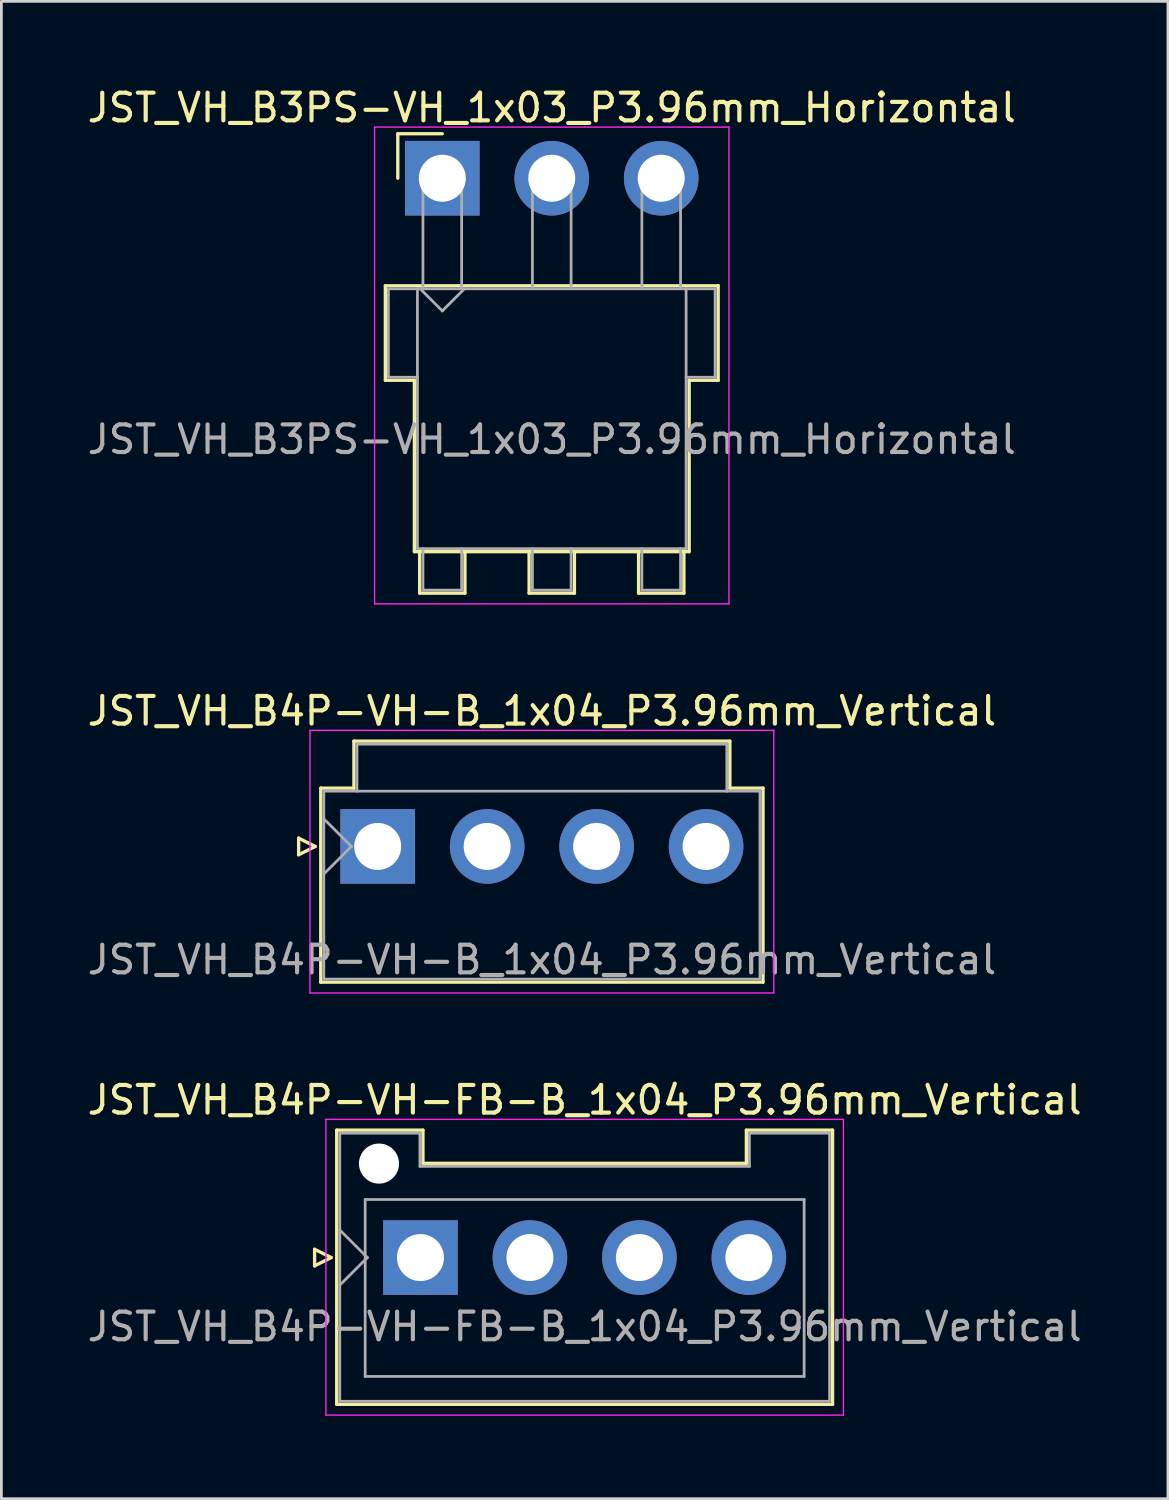
<source format=kicad_pcb>
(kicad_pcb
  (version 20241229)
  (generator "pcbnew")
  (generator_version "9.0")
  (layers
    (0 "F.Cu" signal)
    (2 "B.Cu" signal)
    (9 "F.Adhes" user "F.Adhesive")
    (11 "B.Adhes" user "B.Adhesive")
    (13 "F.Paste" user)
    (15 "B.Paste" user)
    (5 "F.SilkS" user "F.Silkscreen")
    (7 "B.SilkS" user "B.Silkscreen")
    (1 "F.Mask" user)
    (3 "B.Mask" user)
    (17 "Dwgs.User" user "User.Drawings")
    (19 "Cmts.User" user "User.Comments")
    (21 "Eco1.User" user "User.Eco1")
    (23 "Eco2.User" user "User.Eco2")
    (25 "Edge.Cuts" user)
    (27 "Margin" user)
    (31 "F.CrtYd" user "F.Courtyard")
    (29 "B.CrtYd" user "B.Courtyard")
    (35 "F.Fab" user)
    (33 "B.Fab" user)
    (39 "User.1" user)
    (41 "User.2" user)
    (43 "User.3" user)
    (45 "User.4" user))
  (footprint "JST_VH_B3PS-VH_1x03_P3.96mm_Horizontal"
    (layer "F.Cu")
    (at 12.951 3.398)
    (property "Reference" "JST_VH_B3PS-VH_1x03_P3.96mm_Horizontal" (at 3.96 -2.55 0) (layer "F.SilkS") (effects (font (size 1 1) (thickness 0.15))))
    (attr through_hole)
    (fp_line (start -2.06 3.89) (end 9.98 3.89) (stroke (width 0.12) (type solid)) (layer "F.SilkS"))
    (fp_line (start -2.06 7.31) (end -2.06 3.89) (stroke (width 0.12) (type solid)) (layer "F.SilkS"))
    (fp_line (start -1.61 -1.61) (end -1.61 0) (stroke (width 0.12) (type solid)) (layer "F.SilkS"))
    (fp_line (start -1.01 7.31) (end -2.06 7.31) (stroke (width 0.12) (type solid)) (layer "F.SilkS"))
    (fp_line (start -1.01 13.51) (end -1.01 7.31) (stroke (width 0.12) (type solid)) (layer "F.SilkS"))
    (fp_line (start -0.82 13.51) (end -0.82 15.01) (stroke (width 0.12) (type solid)) (layer "F.SilkS"))
    (fp_line (start -0.82 15.01) (end 0.82 15.01) (stroke (width 0.12) (type solid)) (layer "F.SilkS"))
    (fp_line (start 0 -1.61) (end -1.61 -1.61) (stroke (width 0.12) (type solid)) (layer "F.SilkS"))
    (fp_line (start 0.82 15.01) (end 0.82 13.51) (stroke (width 0.12) (type solid)) (layer "F.SilkS"))
    (fp_line (start 3.14 13.51) (end 3.14 15.01) (stroke (width 0.12) (type solid)) (layer "F.SilkS"))
    (fp_line (start 3.14 15.01) (end 4.78 15.01) (stroke (width 0.12) (type solid)) (layer "F.SilkS"))
    (fp_line (start 4.78 15.01) (end 4.78 13.51) (stroke (width 0.12) (type solid)) (layer "F.SilkS"))
    (fp_line (start 7.1 13.51) (end 7.1 15.01) (stroke (width 0.12) (type solid)) (layer "F.SilkS"))
    (fp_line (start 7.1 15.01) (end 8.74 15.01) (stroke (width 0.12) (type solid)) (layer "F.SilkS"))
    (fp_line (start 8.74 15.01) (end 8.74 13.51) (stroke (width 0.12) (type solid)) (layer "F.SilkS"))
    (fp_line (start 8.93 7.31) (end 8.93 13.51) (stroke (width 0.12) (type solid)) (layer "F.SilkS"))
    (fp_line (start 8.93 13.51) (end -1.01 13.51) (stroke (width 0.12) (type solid)) (layer "F.SilkS"))
    (fp_line (start 9.98 3.89) (end 9.98 7.31) (stroke (width 0.12) (type solid)) (layer "F.SilkS"))
    (fp_line (start 9.98 7.31) (end 8.93 7.31) (stroke (width 0.12) (type solid)) (layer "F.SilkS"))
    (fp_line (start -2.45 -1.85) (end -2.45 15.4) (stroke (width 0.05) (type solid)) (layer "F.CrtYd"))
    (fp_line (start -2.45 15.4) (end 10.37 15.4) (stroke (width 0.05) (type solid)) (layer "F.CrtYd"))
    (fp_line (start 10.37 -1.85) (end -2.45 -1.85) (stroke (width 0.05) (type solid)) (layer "F.CrtYd"))
    (fp_line (start 10.37 15.4) (end 10.37 -1.85) (stroke (width 0.05) (type solid)) (layer "F.CrtYd"))
    (fp_line (start -1.95 4) (end -0.9 4) (stroke (width 0.1) (type solid)) (layer "F.Fab"))
    (fp_line (start -1.95 7.2) (end -1.95 4) (stroke (width 0.1) (type solid)) (layer "F.Fab"))
    (fp_line (start -0.9 4) (end -0.9 13.4) (stroke (width 0.1) (type solid)) (layer "F.Fab"))
    (fp_line (start -0.9 7.2) (end -1.95 7.2) (stroke (width 0.1) (type solid)) (layer "F.Fab"))
    (fp_line (start -0.9 13.4) (end 8.82 13.4) (stroke (width 0.1) (type solid)) (layer "F.Fab"))
    (fp_line (start -0.8 4) (end 0 4.8) (stroke (width 0.1) (type solid)) (layer "F.Fab"))
    (fp_line (start -0.7 0) (end 0.7 0) (stroke (width 0.1) (type solid)) (layer "F.Fab"))
    (fp_line (start -0.7 4) (end -0.7 0) (stroke (width 0.1) (type solid)) (layer "F.Fab"))
    (fp_line (start -0.7 13.4) (end -0.7 14.9) (stroke (width 0.1) (type solid)) (layer "F.Fab"))
    (fp_line (start -0.7 14.9) (end 0.7 14.9) (stroke (width 0.1) (type solid)) (layer "F.Fab"))
    (fp_line (start 0 4.8) (end 0.8 4) (stroke (width 0.1) (type solid)) (layer "F.Fab"))
    (fp_line (start 0.7 0) (end 0.7 4) (stroke (width 0.1) (type solid)) (layer "F.Fab"))
    (fp_line (start 0.7 14.9) (end 0.7 13.4) (stroke (width 0.1) (type solid)) (layer "F.Fab"))
    (fp_line (start 3.26 0) (end 4.66 0) (stroke (width 0.1) (type solid)) (layer "F.Fab"))
    (fp_line (start 3.26 4) (end 3.26 0) (stroke (width 0.1) (type solid)) (layer "F.Fab"))
    (fp_line (start 3.26 13.4) (end 3.26 14.9) (stroke (width 0.1) (type solid)) (layer "F.Fab"))
    (fp_line (start 3.26 14.9) (end 4.66 14.9) (stroke (width 0.1) (type solid)) (layer "F.Fab"))
    (fp_line (start 4.66 0) (end 4.66 4) (stroke (width 0.1) (type solid)) (layer "F.Fab"))
    (fp_line (start 4.66 14.9) (end 4.66 13.4) (stroke (width 0.1) (type solid)) (layer "F.Fab"))
    (fp_line (start 7.22 0) (end 8.62 0) (stroke (width 0.1) (type solid)) (layer "F.Fab"))
    (fp_line (start 7.22 4) (end 7.22 0) (stroke (width 0.1) (type solid)) (layer "F.Fab"))
    (fp_line (start 7.22 13.4) (end 7.22 14.9) (stroke (width 0.1) (type solid)) (layer "F.Fab"))
    (fp_line (start 7.22 14.9) (end 8.62 14.9) (stroke (width 0.1) (type solid)) (layer "F.Fab"))
    (fp_line (start 8.62 0) (end 8.62 4) (stroke (width 0.1) (type solid)) (layer "F.Fab"))
    (fp_line (start 8.62 14.9) (end 8.62 13.4) (stroke (width 0.1) (type solid)) (layer "F.Fab"))
    (fp_line (start 8.82 4) (end -0.9 4) (stroke (width 0.1) (type solid)) (layer "F.Fab"))
    (fp_line (start 8.82 4) (end 9.87 4) (stroke (width 0.1) (type solid)) (layer "F.Fab"))
    (fp_line (start 8.82 13.4) (end 8.82 4) (stroke (width 0.1) (type solid)) (layer "F.Fab"))
    (fp_line (start 9.87 4) (end 9.87 7.2) (stroke (width 0.1) (type solid)) (layer "F.Fab"))
    (fp_line (start 9.87 7.2) (end 8.82 7.2) (stroke (width 0.1) (type solid)) (layer "F.Fab"))
    (fp_text user "${REFERENCE}" (at 3.96 9.45 0) (layer "F.Fab") (effects (font (size 1 1) (thickness 0.15))))
    (pad "1" thru_hole rect (at 0 0) (size 2.7 2.7) (drill 1.7) (layers "*.Cu" "*.Mask"))
    (pad "2" thru_hole circle (at 3.96 0) (size 2.7 2.7) (drill 1.7) (layers "*.Cu" "*.Mask"))
    (pad "3" thru_hole circle (at 7.92 0) (size 2.7 2.7) (drill 1.7) (layers "*.Cu" "*.Mask")))
  (footprint "JST_VH_B4P-VH-B_1x04_P3.96mm_Vertical"
    (layer "F.Cu")
    (at 10.614 27.572)
    (property "Reference" "JST_VH_B4P-VH-B_1x04_P3.96mm_Vertical" (at 5.94 -4.9 0) (layer "F.SilkS") (effects (font (size 1 1) (thickness 0.15))))
    (attr through_hole)
    (fp_line (start -2.86 -0.3) (end -2.26 0) (stroke (width 0.12) (type solid)) (layer "F.SilkS"))
    (fp_line (start -2.86 0.3) (end -2.86 -0.3) (stroke (width 0.12) (type solid)) (layer "F.SilkS"))
    (fp_line (start -2.26 0) (end -2.86 0.3) (stroke (width 0.12) (type solid)) (layer "F.SilkS"))
    (fp_line (start -2.06 -2.11) (end -0.86 -2.11) (stroke (width 0.12) (type solid)) (layer "F.SilkS"))
    (fp_line (start -2.06 4.91) (end -2.06 -2.11) (stroke (width 0.12) (type solid)) (layer "F.SilkS"))
    (fp_line (start -0.86 -3.81) (end 12.74 -3.81) (stroke (width 0.12) (type solid)) (layer "F.SilkS"))
    (fp_line (start -0.86 -2.11) (end -0.86 -3.81) (stroke (width 0.12) (type solid)) (layer "F.SilkS"))
    (fp_line (start 12.74 -3.81) (end 12.74 -2.11) (stroke (width 0.12) (type solid)) (layer "F.SilkS"))
    (fp_line (start 12.74 -2.11) (end 13.94 -2.11) (stroke (width 0.12) (type solid)) (layer "F.SilkS"))
    (fp_line (start 13.94 -2.11) (end 13.94 4.91) (stroke (width 0.12) (type solid)) (layer "F.SilkS"))
    (fp_line (start 13.94 4.91) (end -2.06 4.91) (stroke (width 0.12) (type solid)) (layer "F.SilkS"))
    (fp_line (start -2.45 -4.2) (end -2.45 5.3) (stroke (width 0.05) (type solid)) (layer "F.CrtYd"))
    (fp_line (start -2.45 5.3) (end 14.33 5.3) (stroke (width 0.05) (type solid)) (layer "F.CrtYd"))
    (fp_line (start 14.33 -4.2) (end -2.45 -4.2) (stroke (width 0.05) (type solid)) (layer "F.CrtYd"))
    (fp_line (start 14.33 5.3) (end 14.33 -4.2) (stroke (width 0.05) (type solid)) (layer "F.CrtYd"))
    (fp_line (start -1.95 -2) (end -1.95 4.8) (stroke (width 0.1) (type solid)) (layer "F.Fab"))
    (fp_line (start -1.95 -1) (end -0.95 0) (stroke (width 0.1) (type solid)) (layer "F.Fab"))
    (fp_line (start -1.95 1) (end -0.95 0) (stroke (width 0.1) (type solid)) (layer "F.Fab"))
    (fp_line (start -1.95 4.8) (end 13.83 4.8) (stroke (width 0.1) (type solid)) (layer "F.Fab"))
    (fp_line (start -0.75 -3.7) (end 12.63 -3.7) (stroke (width 0.1) (type solid)) (layer "F.Fab"))
    (fp_line (start -0.75 -2) (end -0.75 -3.7) (stroke (width 0.1) (type solid)) (layer "F.Fab"))
    (fp_line (start 12.63 -3.7) (end 12.63 -2) (stroke (width 0.1) (type solid)) (layer "F.Fab"))
    (fp_line (start 13.83 -2) (end -1.95 -2) (stroke (width 0.1) (type solid)) (layer "F.Fab"))
    (fp_line (start 13.83 4.8) (end 13.83 -2) (stroke (width 0.1) (type solid)) (layer "F.Fab"))
    (fp_text user "${REFERENCE}" (at 5.94 4.1 0) (layer "F.Fab") (effects (font (size 1 1) (thickness 0.15))))
    (pad "1" thru_hole rect (at 0 0) (size 2.7 2.7) (drill 1.7) (layers "*.Cu" "*.Mask"))
    (pad "2" thru_hole circle (at 3.96 0) (size 2.7 2.7) (drill 1.7) (layers "*.Cu" "*.Mask"))
    (pad "3" thru_hole circle (at 7.92 0) (size 2.7 2.7) (drill 1.7) (layers "*.Cu" "*.Mask"))
    (pad "4" thru_hole circle (at 11.88 0) (size 2.7 2.7) (drill 1.7) (layers "*.Cu" "*.Mask")))
  (footprint "JST_VH_B4P-VH-FB-B_1x04_P3.96mm_Vertical"
    (layer "F.Cu")
    (at 12.161 42.445)
    (property "Reference" "JST_VH_B4P-VH-FB-B_1x04_P3.96mm_Vertical" (at 5.94 -5.7 0) (layer "F.SilkS") (effects (font (size 1 1) (thickness 0.15))))
    (attr through_hole)
    (fp_line (start -3.83 -0.3) (end -3.23 0) (stroke (width 0.12) (type solid)) (layer "F.SilkS"))
    (fp_line (start -3.83 0.3) (end -3.83 -0.3) (stroke (width 0.12) (type solid)) (layer "F.SilkS"))
    (fp_line (start -3.23 0) (end -3.83 0.3) (stroke (width 0.12) (type solid)) (layer "F.SilkS"))
    (fp_line (start -3.03 -4.61) (end 0.09 -4.61) (stroke (width 0.12) (type solid)) (layer "F.SilkS"))
    (fp_line (start -3.03 5.31) (end -3.03 -4.61) (stroke (width 0.12) (type solid)) (layer "F.SilkS"))
    (fp_line (start 0.09 -4.61) (end 0.09 -3.41) (stroke (width 0.12) (type solid)) (layer "F.SilkS"))
    (fp_line (start 0.09 -3.41) (end 11.79 -3.41) (stroke (width 0.12) (type solid)) (layer "F.SilkS"))
    (fp_line (start 11.79 -4.61) (end 14.91 -4.61) (stroke (width 0.12) (type solid)) (layer "F.SilkS"))
    (fp_line (start 11.79 -3.41) (end 11.79 -4.61) (stroke (width 0.12) (type solid)) (layer "F.SilkS"))
    (fp_line (start 14.91 -4.61) (end 14.91 5.31) (stroke (width 0.12) (type solid)) (layer "F.SilkS"))
    (fp_line (start 14.91 5.31) (end -3.03 5.31) (stroke (width 0.12) (type solid)) (layer "F.SilkS"))
    (fp_line (start -3.42 -5) (end -3.42 5.7) (stroke (width 0.05) (type solid)) (layer "F.CrtYd"))
    (fp_line (start -3.42 5.7) (end 15.3 5.7) (stroke (width 0.05) (type solid)) (layer "F.CrtYd"))
    (fp_line (start 15.3 -5) (end -3.42 -5) (stroke (width 0.05) (type solid)) (layer "F.CrtYd"))
    (fp_line (start 15.3 5.7) (end 15.3 -5) (stroke (width 0.05) (type solid)) (layer "F.CrtYd"))
    (fp_line (start -2.92 -4.5) (end -0.02 -4.5) (stroke (width 0.1) (type solid)) (layer "F.Fab"))
    (fp_line (start -2.92 -1) (end -1.92 0) (stroke (width 0.1) (type solid)) (layer "F.Fab"))
    (fp_line (start -2.92 1) (end -1.92 0) (stroke (width 0.1) (type solid)) (layer "F.Fab"))
    (fp_line (start -2.92 5.2) (end -2.92 -4.5) (stroke (width 0.1) (type solid)) (layer "F.Fab"))
    (fp_line (start -2 -2.1) (end 13.88 -2.1) (stroke (width 0.1) (type solid)) (layer "F.Fab"))
    (fp_line (start -2 4.3) (end -2 -2.1) (stroke (width 0.1) (type solid)) (layer "F.Fab"))
    (fp_line (start -0.02 -4.5) (end -0.02 -3.3) (stroke (width 0.1) (type solid)) (layer "F.Fab"))
    (fp_line (start -0.02 -3.3) (end 11.9 -3.3) (stroke (width 0.1) (type solid)) (layer "F.Fab"))
    (fp_line (start 11.9 -4.5) (end 14.8 -4.5) (stroke (width 0.1) (type solid)) (layer "F.Fab"))
    (fp_line (start 11.9 -3.3) (end 11.9 -4.5) (stroke (width 0.1) (type solid)) (layer "F.Fab"))
    (fp_line (start 13.88 -2.1) (end 13.88 4.3) (stroke (width 0.1) (type solid)) (layer "F.Fab"))
    (fp_line (start 13.88 4.3) (end -2 4.3) (stroke (width 0.1) (type solid)) (layer "F.Fab"))
    (fp_line (start 14.8 -4.5) (end 14.8 5.2) (stroke (width 0.1) (type solid)) (layer "F.Fab"))
    (fp_line (start 14.8 5.2) (end -2.92 5.2) (stroke (width 0.1) (type solid)) (layer "F.Fab"))
    (fp_text user "${REFERENCE}" (at 5.94 2.5 0) (layer "F.Fab") (effects (font (size 1 1) (thickness 0.15))))
    (pad "" np_thru_hole circle (at -1.5 -3.4) (size 1.45 1.45) (drill 1.45) (layers "*.Cu" "*.Mask"))
    (pad "1" thru_hole rect (at 0 0) (size 2.7 2.7) (drill 1.7) (layers "*.Cu" "*.Mask"))
    (pad "2" thru_hole circle (at 3.96 0) (size 2.7 2.7) (drill 1.7) (layers "*.Cu" "*.Mask"))
    (pad "3" thru_hole circle (at 7.92 0) (size 2.7 2.7) (drill 1.7) (layers "*.Cu" "*.Mask"))
    (pad "4" thru_hole circle (at 11.88 0) (size 2.7 2.7) (drill 1.7) (layers "*.Cu" "*.Mask")))
  (gr_rect
    (start -3 -3)
    (end 39.202 51.17)
    (stroke (width 0.1) (type default))
    (fill no)
    (layer "Edge.Cuts")))
</source>
